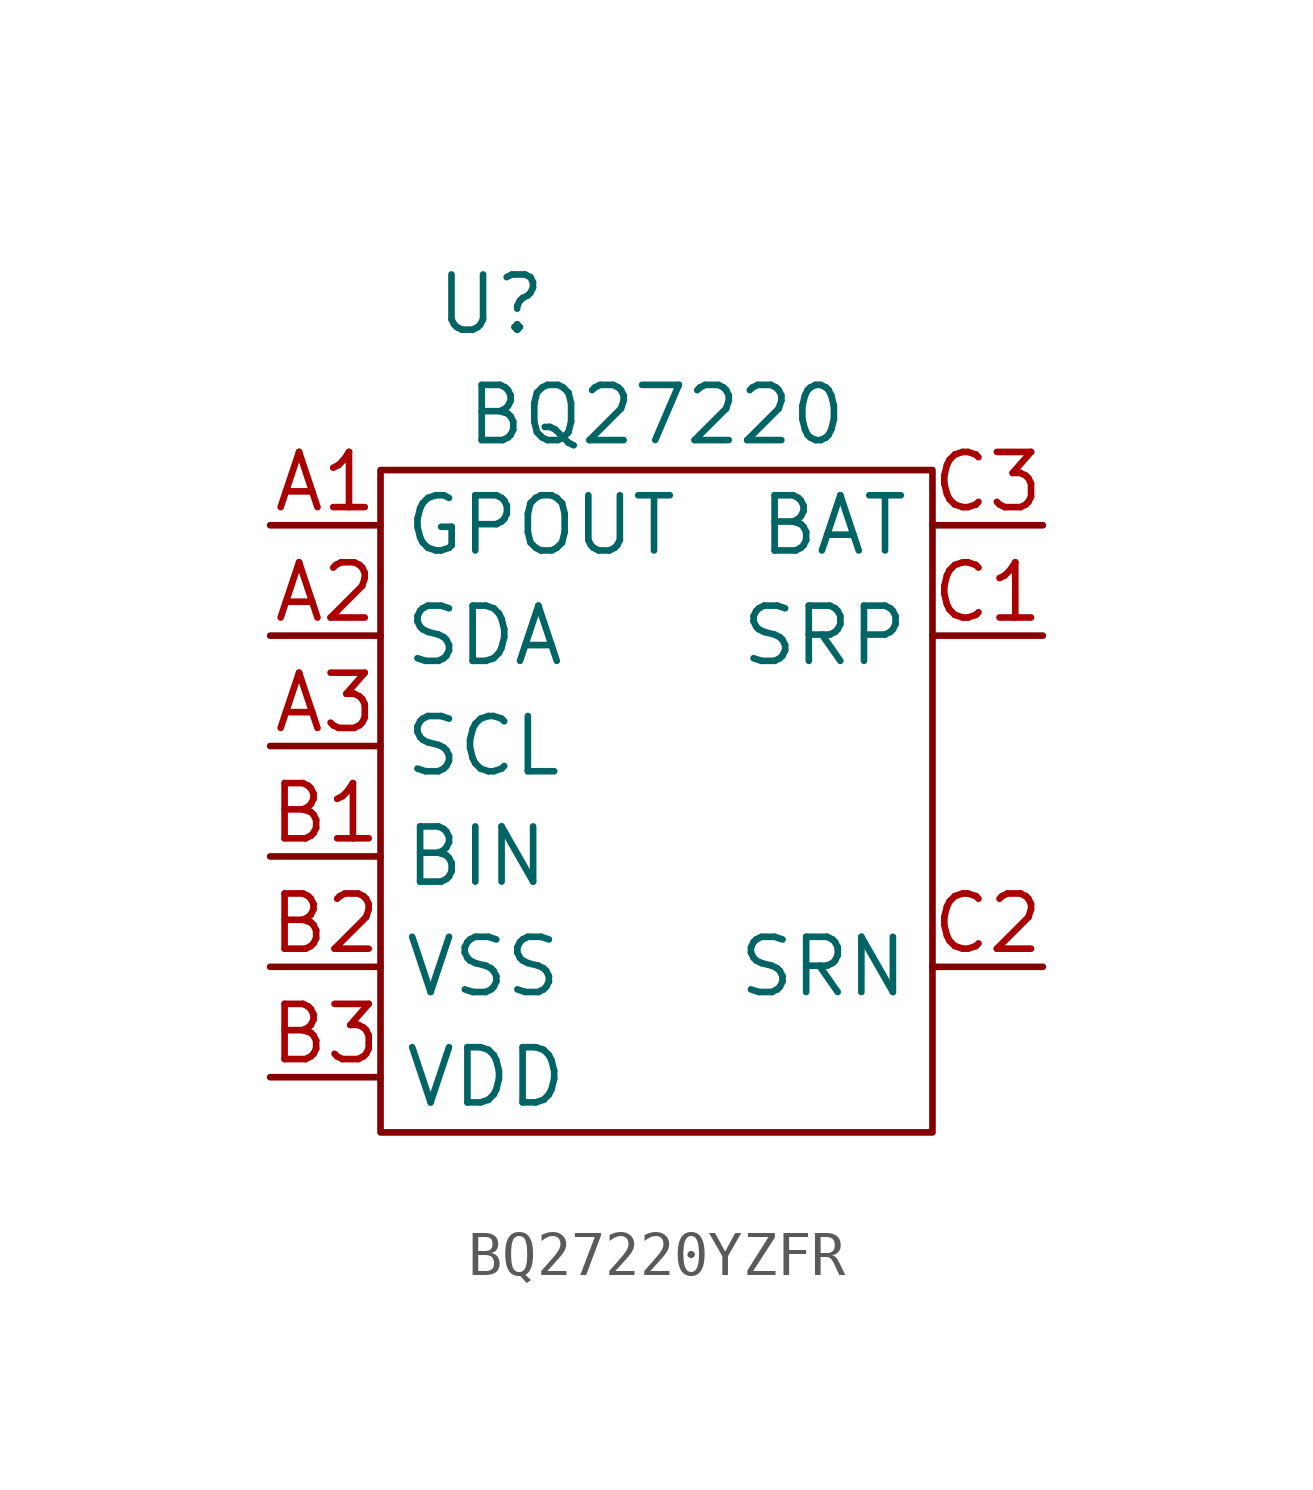
<source format=kicad_sym>
(kicad_symbol_lib
  (version 20220914)
  (generator kicad_symbol_editor)
  (symbol "BQ27220YZFR"
    (property "Reference" "U"
      (at -3.81 10.16 0)
      (effects (font (size 1.27 1.27))))
    (property "Value" "BQ27220"
      (at 0 7.62 0)
      (effects (font (size 1.27 1.27))))
    (symbol "BQ27220YZFR_0_1"
      (rectangle (start -6.35 6.35) (end 6.35 -8.89) (stroke (width 0) (type default)) (fill (type none))))
    (symbol "BQ27220YZFR_1_1"
      (pin output line (at -8.89 5.08 0) (length 2.54) (name "GPOUT" (effects (font (size 1.27 1.27)))) (number "A1" (effects (font (size 1.27 1.27)))))
      (pin output line (at -8.89 2.54 0) (length 2.54) (name "SDA" (effects (font (size 1.27 1.27)))) (number "A2" (effects (font (size 1.27 1.27)))))
      (pin output line (at -8.89 0 0) (length 2.54) (name "SCL" (effects (font (size 1.27 1.27)))) (number "A3" (effects (font (size 1.27 1.27)))))
      (pin input line (at -8.89 -2.54 0) (length 2.54) (name "BIN" (effects (font (size 1.27 1.27)))) (number "B1" (effects (font (size 1.27 1.27)))))
      (pin power_in line (at -8.89 -5.08 0) (length 2.54) (name "VSS" (effects (font (size 1.27 1.27)))) (number "B2" (effects (font (size 1.27 1.27)))))
      (pin power_in line (at -8.89 -7.62 0) (length 2.54) (name "VDD" (effects (font (size 1.27 1.27)))) (number "B3" (effects (font (size 1.27 1.27)))))
      (pin input line (at 8.89 2.54 180) (length 2.54) (name "SRP" (effects (font (size 1.27 1.27)))) (number "C1" (effects (font (size 1.27 1.27)))))
      (pin input line (at 8.89 -5.08 180) (length 2.54) (name "SRN" (effects (font (size 1.27 1.27)))) (number "C2" (effects (font (size 1.27 1.27)))))
      (pin input line (at 8.89 5.08 180) (length 2.54) (name "BAT" (effects (font (size 1.27 1.27)))) (number "C3" (effects (font (size 1.27 1.27))))))))
</source>
